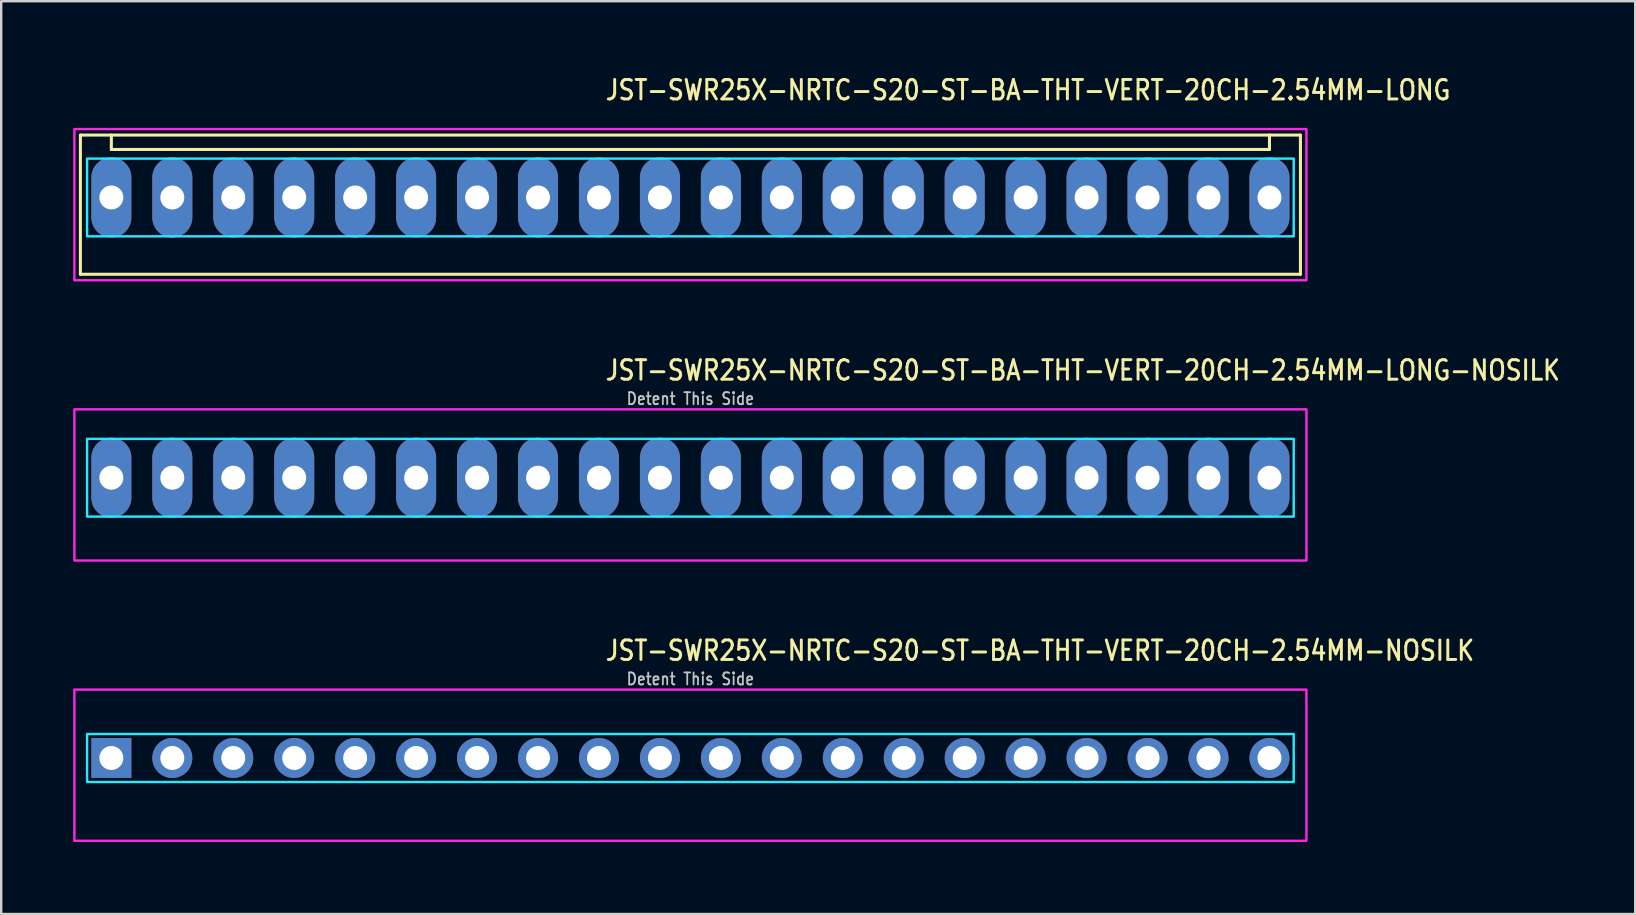
<source format=kicad_pcb>
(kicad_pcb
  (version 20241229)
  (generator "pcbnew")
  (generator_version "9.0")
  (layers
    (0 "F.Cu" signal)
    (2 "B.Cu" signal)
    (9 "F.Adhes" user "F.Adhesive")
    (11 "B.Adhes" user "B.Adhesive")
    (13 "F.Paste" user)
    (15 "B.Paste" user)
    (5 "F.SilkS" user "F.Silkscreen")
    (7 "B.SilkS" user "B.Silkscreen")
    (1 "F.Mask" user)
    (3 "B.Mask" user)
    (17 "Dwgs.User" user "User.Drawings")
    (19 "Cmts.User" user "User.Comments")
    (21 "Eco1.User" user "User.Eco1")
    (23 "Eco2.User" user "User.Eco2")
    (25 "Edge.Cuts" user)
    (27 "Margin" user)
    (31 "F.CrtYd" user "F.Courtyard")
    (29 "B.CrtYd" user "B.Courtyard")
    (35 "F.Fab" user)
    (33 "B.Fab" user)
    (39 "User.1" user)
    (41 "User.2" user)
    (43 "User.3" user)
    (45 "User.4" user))
  (footprint "JST-SWR25X-NRTC-S20-ST-BA-THT-VERT-20CH-2.54MM-LONG"
    (layer "F.Cu")
    (at 25.72 5.179)
    (property "Reference" "JST-SWR25X-NRTC-S20-ST-BA-THT-VERT-20CH-2.54MM-LONG" (at -3.6 -4 0) (unlocked yes) (layer "F.SilkS") (effects (font (size 0.813 0.695) (thickness 0.122)) (justify left bottom)))
    (fp_line (start -25.42 -2.6) (end 25.42 -2.6) (stroke (width 0.127) (type solid)) (layer "F.SilkS"))
    (fp_line (start -25.42 3.2) (end -25.42 -2.6) (stroke (width 0.127) (type solid)) (layer "F.SilkS"))
    (fp_line (start -25.42 3.2) (end 25.42 3.2) (stroke (width 0.127) (type solid)) (layer "F.SilkS"))
    (fp_line (start -24.13 -2.6) (end -24.13 -2) (stroke (width 0.127) (type solid)) (layer "F.SilkS"))
    (fp_line (start -24.13 -2) (end 24.13 -2) (stroke (width 0.127) (type solid)) (layer "F.SilkS"))
    (fp_line (start 24.13 -2.6) (end 24.13 -2) (stroke (width 0.127) (type solid)) (layer "F.SilkS"))
    (fp_line (start 25.42 -2.6) (end 25.42 3.2) (stroke (width 0.127) (type solid)) (layer "F.SilkS"))
    (fp_poly (pts (xy -25.14 -1.62) (xy -25.14 1.62) (xy 25.14 1.62) (xy 25.14 -1.62)) (stroke (width 0.1) (type solid)) (fill no) (layer "B.CrtYd"))
    (fp_poly (pts (xy -25.67 -2.85) (xy -25.67 3.45) (xy 25.67 3.45) (xy 25.67 -2.85)) (stroke (width 0.1) (type solid)) (fill no) (layer "F.CrtYd"))
    (pad "1" thru_hole oval (at -24.13 0 90) (size 3.333 1.667) (drill 1) (layers "*.Cu" "*.Mask"))
    (pad "2" thru_hole oval (at -21.59 0 90) (size 3.333 1.667) (drill 1) (layers "*.Cu" "*.Mask"))
    (pad "3" thru_hole oval (at -19.05 0 90) (size 3.333 1.667) (drill 1) (layers "*.Cu" "*.Mask"))
    (pad "4" thru_hole oval (at -16.51 0 90) (size 3.333 1.667) (drill 1) (layers "*.Cu" "*.Mask"))
    (pad "5" thru_hole oval (at -13.97 0 90) (size 3.333 1.667) (drill 1) (layers "*.Cu" "*.Mask"))
    (pad "6" thru_hole oval (at -11.43 0 90) (size 3.333 1.667) (drill 1) (layers "*.Cu" "*.Mask"))
    (pad "7" thru_hole oval (at -8.89 0 90) (size 3.333 1.667) (drill 1) (layers "*.Cu" "*.Mask"))
    (pad "8" thru_hole oval (at -6.35 0 90) (size 3.333 1.667) (drill 1) (layers "*.Cu" "*.Mask"))
    (pad "9" thru_hole oval (at -3.81 0 90) (size 3.333 1.667) (drill 1) (layers "*.Cu" "*.Mask"))
    (pad "10" thru_hole oval (at -1.27 0 90) (size 3.333 1.667) (drill 1) (layers "*.Cu" "*.Mask"))
    (pad "11" thru_hole oval (at 1.27 0 90) (size 3.333 1.667) (drill 1) (layers "*.Cu" "*.Mask"))
    (pad "12" thru_hole oval (at 3.81 0 90) (size 3.333 1.667) (drill 1) (layers "*.Cu" "*.Mask"))
    (pad "13" thru_hole oval (at 6.35 0 90) (size 3.333 1.667) (drill 1) (layers "*.Cu" "*.Mask"))
    (pad "14" thru_hole oval (at 8.89 0 90) (size 3.333 1.667) (drill 1) (layers "*.Cu" "*.Mask"))
    (pad "15" thru_hole oval (at 11.43 0 90) (size 3.333 1.667) (drill 1) (layers "*.Cu" "*.Mask"))
    (pad "16" thru_hole oval (at 13.97 0 90) (size 3.333 1.667) (drill 1) (layers "*.Cu" "*.Mask"))
    (pad "17" thru_hole oval (at 16.51 0 90) (size 3.333 1.667) (drill 1) (layers "*.Cu" "*.Mask"))
    (pad "18" thru_hole oval (at 19.05 0 90) (size 3.333 1.667) (drill 1) (layers "*.Cu" "*.Mask"))
    (pad "19" thru_hole oval (at 21.59 0 90) (size 3.333 1.667) (drill 1) (layers "*.Cu" "*.Mask"))
    (pad "20" thru_hole oval (at 24.13 0 90) (size 3.333 1.667) (drill 1) (layers "*.Cu" "*.Mask")))
  (footprint "JST-SWR25X-NRTC-S20-ST-BA-THT-VERT-20CH-2.54MM-LONG-NOSILK"
    (layer "F.Cu")
    (at 25.72 16.857)
    (property "Reference" "JST-SWR25X-NRTC-S20-ST-BA-THT-VERT-20CH-2.54MM-LONG-NOSILK" (at -3.6 -4 0) (unlocked yes) (layer "F.SilkS") (effects (font (size 0.813 0.695) (thickness 0.122)) (justify left bottom)))
    (fp_poly (pts (xy -25.14 -1.62) (xy -25.14 1.62) (xy 25.14 1.62) (xy 25.14 -1.62)) (stroke (width 0.1) (type solid)) (fill no) (layer "B.CrtYd"))
    (fp_poly (pts (xy -25.67 -2.85) (xy -25.67 3.45) (xy 25.67 3.45) (xy 25.67 -2.85)) (stroke (width 0.1) (type solid)) (fill no) (layer "F.CrtYd"))
    (fp_text user "Detent This Side" (at 0 -3 0) (unlocked yes) (layer "Dwgs.User") (effects (font (size 0.5 0.427) (thickness 0.075)) (justify bottom)))
    (pad "1" thru_hole oval (at -24.13 0 90) (size 3.333 1.667) (drill 1) (layers "*.Cu" "*.Mask"))
    (pad "2" thru_hole oval (at -21.59 0 90) (size 3.333 1.667) (drill 1) (layers "*.Cu" "*.Mask"))
    (pad "3" thru_hole oval (at -19.05 0 90) (size 3.333 1.667) (drill 1) (layers "*.Cu" "*.Mask"))
    (pad "4" thru_hole oval (at -16.51 0 90) (size 3.333 1.667) (drill 1) (layers "*.Cu" "*.Mask"))
    (pad "5" thru_hole oval (at -13.97 0 90) (size 3.333 1.667) (drill 1) (layers "*.Cu" "*.Mask"))
    (pad "6" thru_hole oval (at -11.43 0 90) (size 3.333 1.667) (drill 1) (layers "*.Cu" "*.Mask"))
    (pad "7" thru_hole oval (at -8.89 0 90) (size 3.333 1.667) (drill 1) (layers "*.Cu" "*.Mask"))
    (pad "8" thru_hole oval (at -6.35 0 90) (size 3.333 1.667) (drill 1) (layers "*.Cu" "*.Mask"))
    (pad "9" thru_hole oval (at -3.81 0 90) (size 3.333 1.667) (drill 1) (layers "*.Cu" "*.Mask"))
    (pad "10" thru_hole oval (at -1.27 0 90) (size 3.333 1.667) (drill 1) (layers "*.Cu" "*.Mask"))
    (pad "11" thru_hole oval (at 1.27 0 90) (size 3.333 1.667) (drill 1) (layers "*.Cu" "*.Mask"))
    (pad "12" thru_hole oval (at 3.81 0 90) (size 3.333 1.667) (drill 1) (layers "*.Cu" "*.Mask"))
    (pad "13" thru_hole oval (at 6.35 0 90) (size 3.333 1.667) (drill 1) (layers "*.Cu" "*.Mask"))
    (pad "14" thru_hole oval (at 8.89 0 90) (size 3.333 1.667) (drill 1) (layers "*.Cu" "*.Mask"))
    (pad "15" thru_hole oval (at 11.43 0 90) (size 3.333 1.667) (drill 1) (layers "*.Cu" "*.Mask"))
    (pad "16" thru_hole oval (at 13.97 0 90) (size 3.333 1.667) (drill 1) (layers "*.Cu" "*.Mask"))
    (pad "17" thru_hole oval (at 16.51 0 90) (size 3.333 1.667) (drill 1) (layers "*.Cu" "*.Mask"))
    (pad "18" thru_hole oval (at 19.05 0 90) (size 3.333 1.667) (drill 1) (layers "*.Cu" "*.Mask"))
    (pad "19" thru_hole oval (at 21.59 0 90) (size 3.333 1.667) (drill 1) (layers "*.Cu" "*.Mask"))
    (pad "20" thru_hole oval (at 24.13 0 90) (size 3.333 1.667) (drill 1) (layers "*.Cu" "*.Mask")))
  (footprint "JST-SWR25X-NRTC-S20-ST-BA-THT-VERT-20CH-2.54MM-NOSILK"
    (layer "F.Cu")
    (at 25.72 28.536)
    (property "Reference" "JST-SWR25X-NRTC-S20-ST-BA-THT-VERT-20CH-2.54MM-NOSILK" (at -3.6 -4 0) (unlocked yes) (layer "F.SilkS") (effects (font (size 0.813 0.695) (thickness 0.122)) (justify left bottom)))
    (fp_poly (pts (xy -25.14 -1) (xy -25.14 1) (xy 25.14 1) (xy 25.14 -1)) (stroke (width 0.1) (type solid)) (fill no) (layer "B.CrtYd"))
    (fp_poly (pts (xy -25.67 -2.85) (xy -25.67 3.45) (xy 25.67 3.45) (xy 25.67 -2.85)) (stroke (width 0.1) (type solid)) (fill no) (layer "F.CrtYd"))
    (fp_text user "Detent This Side" (at 0 -3 0) (unlocked yes) (layer "Dwgs.User") (effects (font (size 0.5 0.427) (thickness 0.075)) (justify bottom)))
    (pad "1" thru_hole rect (at -24.13 0) (size 1.667 1.667) (drill 1) (layers "*.Cu" "*.Mask"))
    (pad "2" thru_hole oval (at -21.59 0) (size 1.667 1.667) (drill 1) (layers "*.Cu" "*.Mask"))
    (pad "3" thru_hole oval (at -19.05 0) (size 1.667 1.667) (drill 1) (layers "*.Cu" "*.Mask"))
    (pad "4" thru_hole oval (at -16.51 0) (size 1.667 1.667) (drill 1) (layers "*.Cu" "*.Mask"))
    (pad "5" thru_hole oval (at -13.97 0) (size 1.667 1.667) (drill 1) (layers "*.Cu" "*.Mask"))
    (pad "6" thru_hole oval (at -11.43 0) (size 1.667 1.667) (drill 1) (layers "*.Cu" "*.Mask"))
    (pad "7" thru_hole oval (at -8.89 0) (size 1.667 1.667) (drill 1) (layers "*.Cu" "*.Mask"))
    (pad "8" thru_hole oval (at -6.35 0) (size 1.667 1.667) (drill 1) (layers "*.Cu" "*.Mask"))
    (pad "9" thru_hole oval (at -3.81 0) (size 1.667 1.667) (drill 1) (layers "*.Cu" "*.Mask"))
    (pad "10" thru_hole oval (at -1.27 0) (size 1.667 1.667) (drill 1) (layers "*.Cu" "*.Mask"))
    (pad "11" thru_hole oval (at 1.27 0) (size 1.667 1.667) (drill 1) (layers "*.Cu" "*.Mask"))
    (pad "12" thru_hole oval (at 3.81 0) (size 1.667 1.667) (drill 1) (layers "*.Cu" "*.Mask"))
    (pad "13" thru_hole oval (at 6.35 0) (size 1.667 1.667) (drill 1) (layers "*.Cu" "*.Mask"))
    (pad "14" thru_hole oval (at 8.89 0) (size 1.667 1.667) (drill 1) (layers "*.Cu" "*.Mask"))
    (pad "15" thru_hole oval (at 11.43 0) (size 1.667 1.667) (drill 1) (layers "*.Cu" "*.Mask"))
    (pad "16" thru_hole oval (at 13.97 0) (size 1.667 1.667) (drill 1) (layers "*.Cu" "*.Mask"))
    (pad "17" thru_hole oval (at 16.51 0) (size 1.667 1.667) (drill 1) (layers "*.Cu" "*.Mask"))
    (pad "18" thru_hole oval (at 19.05 0) (size 1.667 1.667) (drill 1) (layers "*.Cu" "*.Mask"))
    (pad "19" thru_hole oval (at 21.59 0) (size 1.667 1.667) (drill 1) (layers "*.Cu" "*.Mask"))
    (pad "20" thru_hole oval (at 24.13 0) (size 1.667 1.667) (drill 1) (layers "*.Cu" "*.Mask")))
  (gr_rect
    (start -3 -3)
    (end 65.091 35.036)
    (stroke (width 0.1) (type default))
    (fill no)
    (layer "Edge.Cuts")))
</source>
